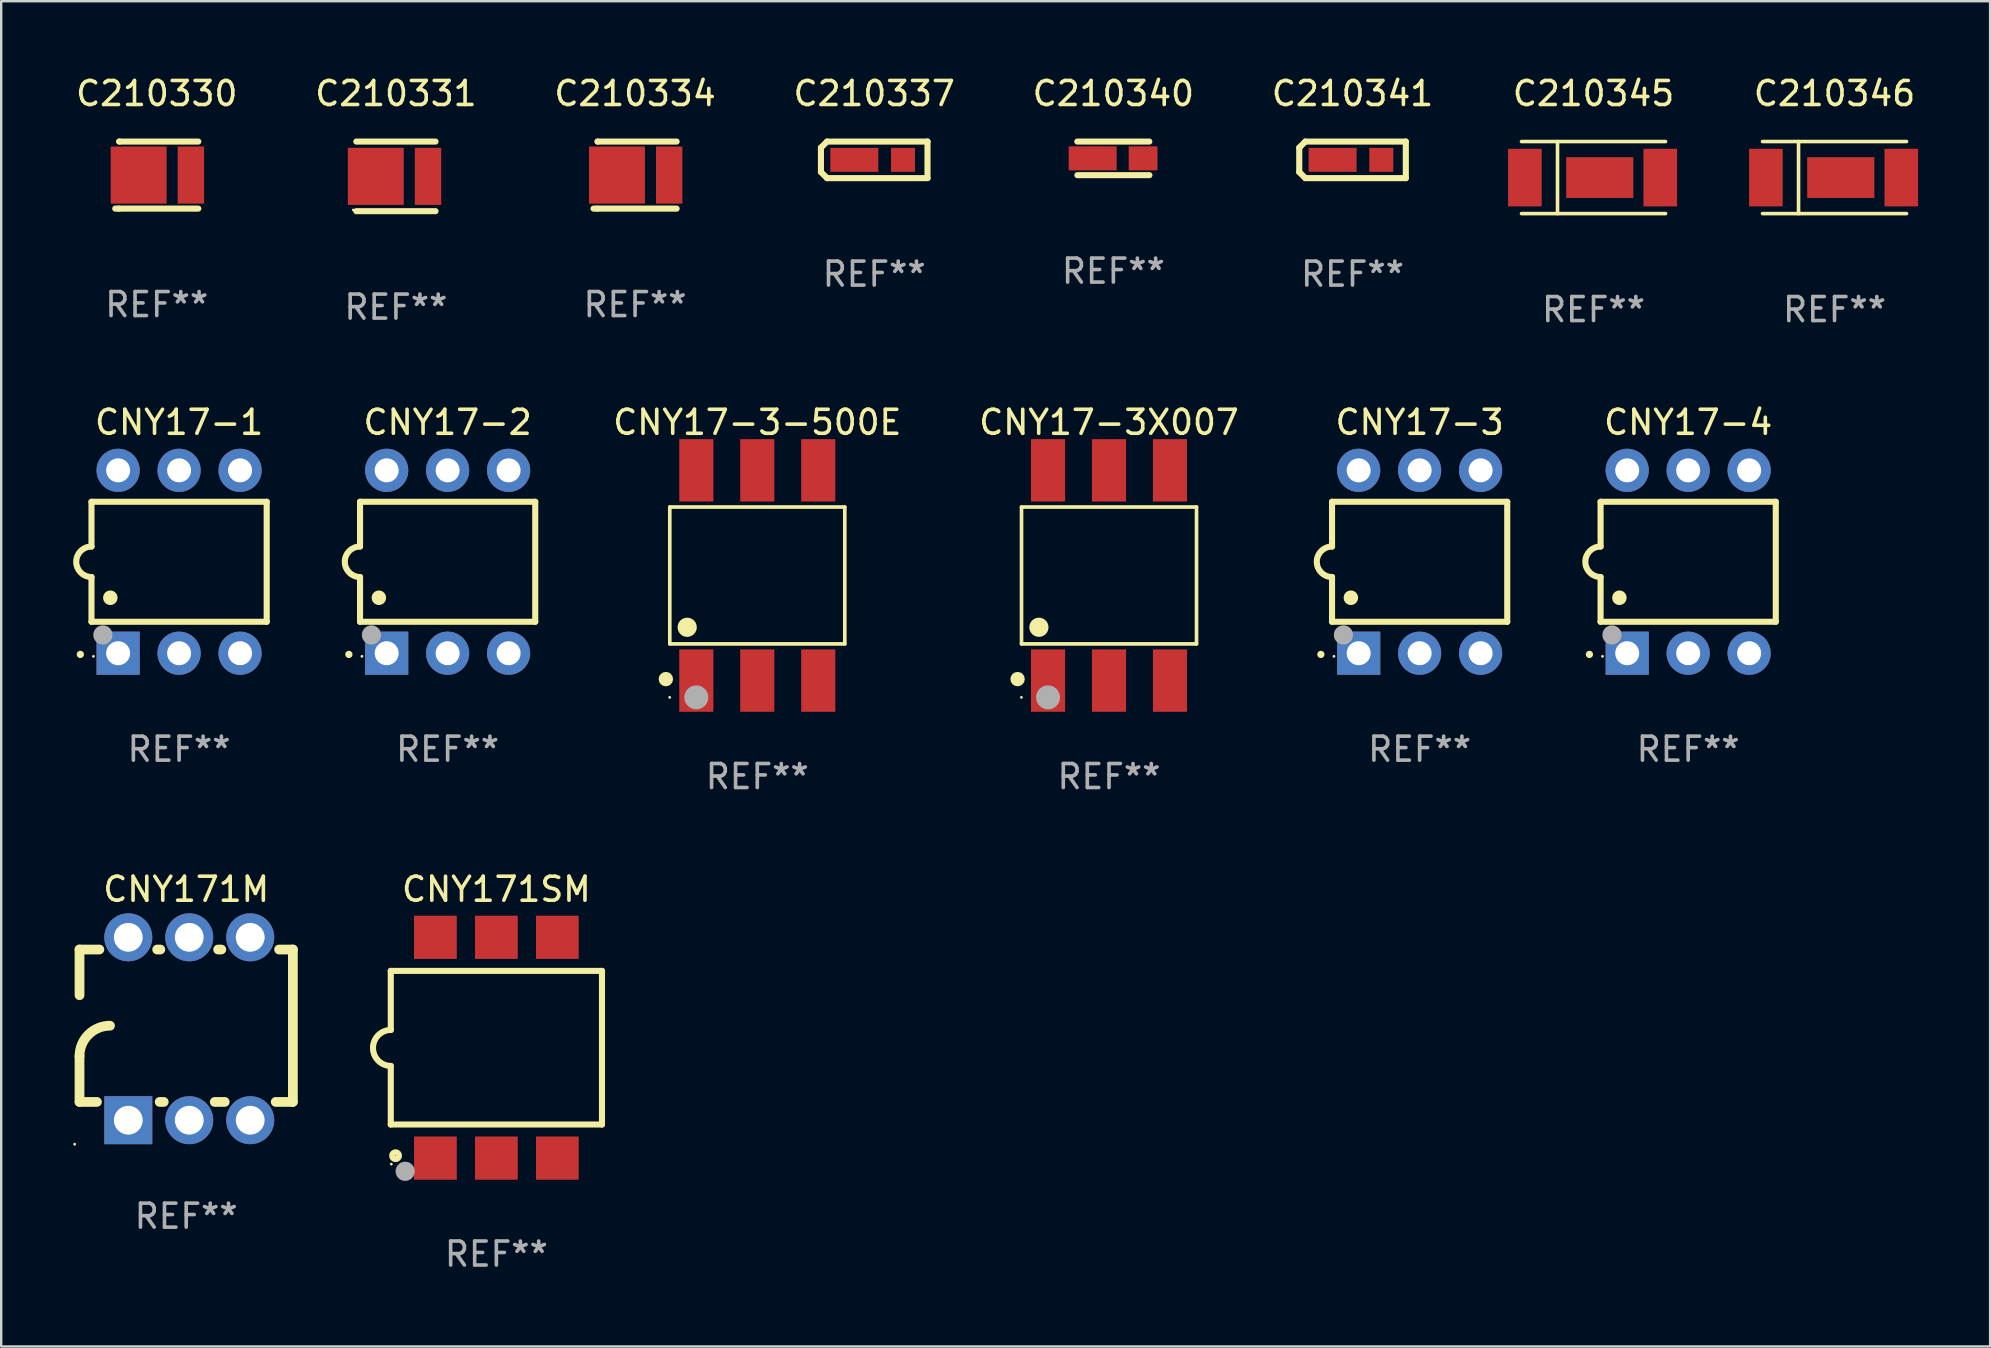
<source format=kicad_pcb>
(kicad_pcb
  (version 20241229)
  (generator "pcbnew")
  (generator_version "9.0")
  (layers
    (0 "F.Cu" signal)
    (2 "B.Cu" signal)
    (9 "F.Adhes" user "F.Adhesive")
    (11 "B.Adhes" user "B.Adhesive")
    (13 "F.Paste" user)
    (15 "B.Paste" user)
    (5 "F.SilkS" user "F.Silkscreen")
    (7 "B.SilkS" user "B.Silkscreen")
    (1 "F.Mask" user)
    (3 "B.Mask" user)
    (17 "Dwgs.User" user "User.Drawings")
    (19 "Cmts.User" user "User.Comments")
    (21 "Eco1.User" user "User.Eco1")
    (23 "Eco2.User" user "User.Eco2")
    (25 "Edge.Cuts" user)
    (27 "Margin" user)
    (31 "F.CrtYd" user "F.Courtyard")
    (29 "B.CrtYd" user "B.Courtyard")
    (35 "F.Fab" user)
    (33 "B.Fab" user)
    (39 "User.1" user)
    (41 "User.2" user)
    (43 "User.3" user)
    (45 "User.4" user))
  (footprint "C210334"
    (layer "F.Cu")
    (at 23.411 4.245)
    (property "Reference" "C210334" (at 0 -3.397 0) (layer "F.SilkS") (effects (font (size 1 1) (thickness 0.15))))
    (attr through_hole)
    (fp_line (start -1.571 -1.397) (end -1.551 -1.397) (stroke (width 0.254) (type solid)) (layer "F.SilkS"))
    (fp_line (start -1.571 1.397) (end -1.731 1.397) (stroke (width 0.254) (type solid)) (layer "F.SilkS"))
    (fp_line (start -1.551 -1.397) (end 1.731 -1.397) (stroke (width 0.254) (type solid)) (layer "F.SilkS"))
    (fp_line (start 1.731 1.397) (end -1.571 1.397) (stroke (width 0.254) (type solid)) (layer "F.SilkS"))
    (fp_circle (center -1.668 1.4) (end -1.638 1.4) (stroke (width 0.06) (type solid)) (fill no) (layer "F.SilkS"))
    (fp_text user "REF**" (at 0 5.397 0) (layer "F.Fab") (effects (font (size 1 1) (thickness 0.15))))
    (pad "1" smd rect (at -0.754 0 180) (size 2.33 2.38) (layers "F.Cu" "F.Mask" "F.Paste"))
    (pad "2" smd rect (at 1.421 0 180) (size 1.1 2.38) (layers "F.Cu" "F.Mask" "F.Paste")))
  (footprint "C210340"
    (layer "F.Cu")
    (at 43.339 3.548)
    (property "Reference" "C210340" (at 0 -2.7 0) (layer "F.SilkS") (effects (font (size 1 1) (thickness 0.15))))
    (attr through_hole)
    (fp_line (start -1.502 -0.7) (end 1.498 -0.7) (stroke (width 0.254) (type solid)) (layer "F.SilkS"))
    (fp_line (start 1.502 0.7) (end -1.498 0.7) (stroke (width 0.254) (type solid)) (layer "F.SilkS"))
    (fp_circle (center -1.512 0.7) (end -1.482 0.7) (stroke (width 0.06) (type solid)) (fill no) (layer "F.SilkS"))
    (fp_text user "REF**" (at 0 4.7 0) (layer "F.Fab") (effects (font (size 1 1) (thickness 0.15))))
    (pad "1" smd rect (at -0.862 0.000013) (size 2 1) (layers "F.Cu" "F.Mask" "F.Paste"))
    (pad "2" smd rect (at 1.239 0.000013) (size 1.2 1) (layers "F.Cu" "F.Mask" "F.Paste")))
  (footprint "CNY17-1"
    (layer "F.Cu")
    (at 4.412 20.357)
    (property "Reference" "CNY17-1" (at 0 -5.81 0) (layer "F.SilkS") (effects (font (size 1 1) (thickness 0.15))))
    (attr through_hole)
    (fp_line (start -3.65 -2.5) (end 3.65 -2.5) (stroke (width 0.254) (type solid)) (layer "F.SilkS"))
    (fp_line (start -3.65 -0.635) (end -3.65 -2.5) (stroke (width 0.254) (type solid)) (layer "F.SilkS"))
    (fp_line (start -3.65 0.635) (end -3.65 2.5) (stroke (width 0.254) (type solid)) (layer "F.SilkS"))
    (fp_line (start -3.65 2.5) (end 3.65 2.5) (stroke (width 0.254) (type solid)) (layer "F.SilkS"))
    (fp_line (start 3.65 -2.5) (end 3.65 2.5) (stroke (width 0.254) (type solid)) (layer "F.SilkS"))
    (fp_arc (start -4.114808 3.860808) (mid -4.114813 3.859538) (end -4.114808 3.858268) (stroke (width 0.3) (type solid)) (layer "F.SilkS"))
    (fp_arc (start -3.650013 0.635001) (mid -4.285014 0) (end -3.650013 -0.635001) (stroke (width 0.254001) (type solid)) (layer "F.SilkS"))
    (fp_arc (start -2.865405 1.501143) (mid -2.865416 1.498603) (end -2.865405 1.496063) (stroke (width 0.6) (type solid)) (layer "F.SilkS"))
    (fp_circle (center -3.57 3.94) (end -3.54 3.94) (stroke (width 0.06) (type solid)) (fill no) (layer "F.SilkS"))
    (fp_circle (center -3.175 3.048) (end -2.975 3.048) (stroke (width 0.4) (type solid)) (fill no) (layer "F.Fab"))
    (fp_text user "REF**" (at 0 7.81 0) (layer "F.Fab") (effects (font (size 1 1) (thickness 0.15))))
    (pad "1" thru_hole rect (at -2.54 3.81 90) (size 1.8 1.8) (drill 1) (layers "*.Cu" "*.Mask"))
    (pad "2" thru_hole circle (at 0 3.81) (size 1.8 1.8) (drill 1) (layers "*.Cu" "*.Mask"))
    (pad "3" thru_hole circle (at 2.54 3.81) (size 1.8 1.8) (drill 1) (layers "*.Cu" "*.Mask"))
    (pad "4" thru_hole circle (at 2.54 -3.81) (size 1.8 1.8) (drill 1) (layers "*.Cu" "*.Mask"))
    (pad "5" thru_hole circle (at 0 -3.81) (size 1.8 1.8) (drill 1) (layers "*.Cu" "*.Mask"))
    (pad "6" thru_hole circle (at -2.54 -3.81) (size 1.8 1.8) (drill 1) (layers "*.Cu" "*.Mask")))
  (footprint "CNY17-3X007"
    (layer "F.Cu")
    (at 43.158 20.927)
    (property "Reference" "CNY17-3X007" (at 0 -6.38 0) (layer "F.SilkS") (effects (font (size 1 1) (thickness 0.15))))
    (attr through_hole)
    (fp_line (start -3.646 -2.851) (end 3.646 -2.851) (stroke (width 0.152) (type solid)) (layer "F.SilkS"))
    (fp_line (start -3.646 2.851) (end -3.646 -2.851) (stroke (width 0.152) (type solid)) (layer "F.SilkS"))
    (fp_line (start 3.646 -2.851) (end 3.646 2.851) (stroke (width 0.152) (type solid)) (layer "F.SilkS"))
    (fp_line (start 3.646 2.851) (end -3.646 2.851) (stroke (width 0.152) (type solid)) (layer "F.SilkS"))
    (fp_circle (center -3.81 4.318) (end -3.66 4.318) (stroke (width 0.3) (type solid)) (fill no) (layer "F.SilkS"))
    (fp_circle (center -3.65 5.08) (end -3.62 5.08) (stroke (width 0.06) (type solid)) (fill no) (layer "F.SilkS"))
    (fp_circle (center -2.921 2.159) (end -2.721 2.159) (stroke (width 0.4) (type solid)) (fill no) (layer "F.SilkS"))
    (fp_circle (center -2.54 5.08) (end -2.29 5.08) (stroke (width 0.5) (type solid)) (fill no) (layer "F.Fab"))
    (fp_text user "REF**" (at 0 8.38 0) (layer "F.Fab") (effects (font (size 1 1) (thickness 0.15))))
    (pad "1" smd rect (at -2.54 4.38) (size 1.422 2.6) (layers "F.Cu" "F.Mask" "F.Paste"))
    (pad "2" smd rect (at 0 4.38) (size 1.422 2.6) (layers "F.Cu" "F.Mask" "F.Paste"))
    (pad "3" smd rect (at 2.54 4.38) (size 1.422 2.6) (layers "F.Cu" "F.Mask" "F.Paste"))
    (pad "4" smd rect (at 2.54 -4.38) (size 1.422 2.6) (layers "F.Cu" "F.Mask" "F.Paste"))
    (pad "5" smd rect (at 0 -4.38) (size 1.422 2.6) (layers "F.Cu" "F.Mask" "F.Paste"))
    (pad "6" smd rect (at -2.54 -4.38) (size 1.422 2.6) (layers "F.Cu" "F.Mask" "F.Paste")))
  (footprint "C210330"
    (layer "F.Cu")
    (at 3.482 4.245)
    (property "Reference" "C210330" (at 0 -3.397 0) (layer "F.SilkS") (effects (font (size 1 1) (thickness 0.15))))
    (attr through_hole)
    (fp_line (start -1.571 -1.397) (end -1.551 -1.397) (stroke (width 0.254) (type solid)) (layer "F.SilkS"))
    (fp_line (start -1.571 1.397) (end -1.731 1.397) (stroke (width 0.254) (type solid)) (layer "F.SilkS"))
    (fp_line (start -1.551 -1.397) (end 1.731 -1.397) (stroke (width 0.254) (type solid)) (layer "F.SilkS"))
    (fp_line (start 1.731 1.397) (end -1.571 1.397) (stroke (width 0.254) (type solid)) (layer "F.SilkS"))
    (fp_circle (center -1.668 1.4) (end -1.638 1.4) (stroke (width 0.06) (type solid)) (fill no) (layer "F.SilkS"))
    (fp_text user "REF**" (at 0 5.397 0) (layer "F.Fab") (effects (font (size 1 1) (thickness 0.15))))
    (pad "1" smd rect (at -0.754 0 180) (size 2.33 2.38) (layers "F.Cu" "F.Mask" "F.Paste"))
    (pad "2" smd rect (at 1.421 0 180) (size 1.1 2.38) (layers "F.Cu" "F.Mask" "F.Paste")))
  (footprint "C210337"
    (layer "F.Cu")
    (at 33.375 3.61)
    (property "Reference" "C210337" (at 0 -2.762 0) (layer "F.SilkS") (effects (font (size 1 1) (thickness 0.15))))
    (attr through_hole)
    (fp_line (start -2.22 -0.508) (end -1.966 -0.762) (stroke (width 0.254) (type solid)) (layer "F.SilkS"))
    (fp_line (start -2.22 -0.508) (end -2.22 0.508) (stroke (width 0.254) (type solid)) (layer "F.SilkS"))
    (fp_line (start -2.22 0.508) (end -1.966 0.762) (stroke (width 0.254) (type solid)) (layer "F.SilkS"))
    (fp_line (start -1.966 0.762) (end 2.22 0.762) (stroke (width 0.254) (type solid)) (layer "F.SilkS"))
    (fp_line (start 2.22 -0.762) (end -1.966 -0.762) (stroke (width 0.254) (type solid)) (layer "F.SilkS"))
    (fp_line (start 2.22 0.762) (end 2.22 -0.762) (stroke (width 0.254) (type solid)) (layer "F.SilkS"))
    (fp_circle (center -1.51 0.7) (end -1.48 0.7) (stroke (width 0.06) (type solid)) (fill no) (layer "F.SilkS"))
    (fp_text user "REF**" (at 0 4.762 0) (layer "F.Fab") (effects (font (size 1 1) (thickness 0.15))))
    (pad "1" smd rect (at -0.83 0 180) (size 2 1) (layers "F.Cu" "F.Mask" "F.Paste"))
    (pad "2" smd rect (at 1.2 0 180) (size 1 1) (layers "F.Cu" "F.Mask" "F.Paste")))
  (footprint "C210331"
    (layer "F.Cu")
    (at 13.446 4.298)
    (property "Reference" "C210331" (at 0 -3.45 0) (layer "F.SilkS") (effects (font (size 1 1) (thickness 0.15))))
    (attr through_hole)
    (fp_line (start -1.65 1.45) (end 1.65 1.45) (stroke (width 0.254) (type solid)) (layer "F.SilkS"))
    (fp_line (start 1.65 -1.45) (end -1.65 -1.45) (stroke (width 0.254) (type solid)) (layer "F.SilkS"))
    (fp_circle (center -1.775 1.4) (end -1.745 1.4) (stroke (width 0.06) (type solid)) (fill no) (layer "F.SilkS"))
    (fp_text user "REF**" (at 0 5.45 0) (layer "F.Fab") (effects (font (size 1 1) (thickness 0.15))))
    (pad "1" smd rect (at -0.838 -0.000013 180) (size 2.33 2.38) (layers "F.Cu" "F.Mask" "F.Paste"))
    (pad "2" smd rect (at 1.338 -0.000013 180) (size 1.1 2.38) (layers "F.Cu" "F.Mask" "F.Paste")))
  (footprint "CNY17-3"
    (layer "F.Cu")
    (at 56.1 20.357)
    (property "Reference" "CNY17-3" (at 0 -5.81 0) (layer "F.SilkS") (effects (font (size 1 1) (thickness 0.15))))
    (attr through_hole)
    (fp_line (start -3.65 -2.5) (end 3.65 -2.5) (stroke (width 0.254) (type solid)) (layer "F.SilkS"))
    (fp_line (start -3.65 -0.635) (end -3.65 -2.5) (stroke (width 0.254) (type solid)) (layer "F.SilkS"))
    (fp_line (start -3.65 0.635) (end -3.65 2.5) (stroke (width 0.254) (type solid)) (layer "F.SilkS"))
    (fp_line (start -3.65 2.5) (end 3.65 2.5) (stroke (width 0.254) (type solid)) (layer "F.SilkS"))
    (fp_line (start 3.65 -2.5) (end 3.65 2.5) (stroke (width 0.254) (type solid)) (layer "F.SilkS"))
    (fp_arc (start -4.114808 3.860808) (mid -4.114813 3.859538) (end -4.114808 3.858268) (stroke (width 0.3) (type solid)) (layer "F.SilkS"))
    (fp_arc (start -3.650013 0.635001) (mid -4.285014 0) (end -3.650013 -0.635001) (stroke (width 0.254001) (type solid)) (layer "F.SilkS"))
    (fp_arc (start -2.865405 1.501143) (mid -2.865416 1.498603) (end -2.865405 1.496063) (stroke (width 0.6) (type solid)) (layer "F.SilkS"))
    (fp_circle (center -3.57 3.94) (end -3.54 3.94) (stroke (width 0.06) (type solid)) (fill no) (layer "F.SilkS"))
    (fp_circle (center -3.175 3.048) (end -2.975 3.048) (stroke (width 0.4) (type solid)) (fill no) (layer "F.Fab"))
    (fp_text user "REF**" (at 0 7.81 0) (layer "F.Fab") (effects (font (size 1 1) (thickness 0.15))))
    (pad "1" thru_hole rect (at -2.54 3.81 90) (size 1.8 1.8) (drill 1) (layers "*.Cu" "*.Mask"))
    (pad "2" thru_hole circle (at 0 3.81) (size 1.8 1.8) (drill 1) (layers "*.Cu" "*.Mask"))
    (pad "3" thru_hole circle (at 2.54 3.81) (size 1.8 1.8) (drill 1) (layers "*.Cu" "*.Mask"))
    (pad "4" thru_hole circle (at 2.54 -3.81) (size 1.8 1.8) (drill 1) (layers "*.Cu" "*.Mask"))
    (pad "5" thru_hole circle (at 0 -3.81) (size 1.8 1.8) (drill 1) (layers "*.Cu" "*.Mask"))
    (pad "6" thru_hole circle (at -2.54 -3.81) (size 1.8 1.8) (drill 1) (layers "*.Cu" "*.Mask")))
  (footprint "C210341"
    (layer "F.Cu")
    (at 53.304 3.61)
    (property "Reference" "C210341" (at 0 -2.762 0) (layer "F.SilkS") (effects (font (size 1 1) (thickness 0.15))))
    (attr through_hole)
    (fp_line (start -2.22 -0.508) (end -1.966 -0.762) (stroke (width 0.254) (type solid)) (layer "F.SilkS"))
    (fp_line (start -2.22 -0.508) (end -2.22 0.508) (stroke (width 0.254) (type solid)) (layer "F.SilkS"))
    (fp_line (start -2.22 0.508) (end -1.966 0.762) (stroke (width 0.254) (type solid)) (layer "F.SilkS"))
    (fp_line (start -1.966 0.762) (end 2.22 0.762) (stroke (width 0.254) (type solid)) (layer "F.SilkS"))
    (fp_line (start 2.22 -0.762) (end -1.966 -0.762) (stroke (width 0.254) (type solid)) (layer "F.SilkS"))
    (fp_line (start 2.22 0.762) (end 2.22 -0.762) (stroke (width 0.254) (type solid)) (layer "F.SilkS"))
    (fp_circle (center -1.51 0.7) (end -1.48 0.7) (stroke (width 0.06) (type solid)) (fill no) (layer "F.SilkS"))
    (fp_text user "REF**" (at 0 4.762 0) (layer "F.Fab") (effects (font (size 1 1) (thickness 0.15))))
    (pad "1" smd rect (at -0.83 0 180) (size 2 1) (layers "F.Cu" "F.Mask" "F.Paste"))
    (pad "2" smd rect (at 1.2 0 180) (size 1 1) (layers "F.Cu" "F.Mask" "F.Paste")))
  (footprint "CNY171M"
    (layer "F.Cu")
    (at 4.708 39.814)
    (property "Reference" "CNY171M" (at 0 -5.81 0) (layer "F.SilkS") (effects (font (size 1 1) (thickness 0.15))))
    (attr through_hole)
    (fp_line (start -4.445 -1.397) (end -4.445 -3.302) (stroke (width 0.406) (type solid)) (layer "F.SilkS"))
    (fp_line (start -4.445 3.048) (end -4.445 1.143) (stroke (width 0.406) (type solid)) (layer "F.SilkS"))
    (fp_line (start -4.445 3.048) (end -3.72 3.048) (stroke (width 0.406) (type solid)) (layer "F.SilkS"))
    (fp_line (start -3.617 -3.302) (end -4.445 -3.302) (stroke (width 0.406) (type solid)) (layer "F.SilkS"))
    (fp_line (start -1.106 3.048) (end -0.935 3.048) (stroke (width 0.406) (type solid)) (layer "F.SilkS"))
    (fp_line (start -1.077 -3.302) (end -1.209 -3.302) (stroke (width 0.406) (type solid)) (layer "F.SilkS"))
    (fp_line (start 1.189 3.048) (end 1.605 3.048) (stroke (width 0.406) (type solid)) (layer "F.SilkS"))
    (fp_line (start 1.463 -3.302) (end 1.331 -3.302) (stroke (width 0.406) (type solid)) (layer "F.SilkS"))
    (fp_line (start 3.729 3.048) (end 4.445 3.048) (stroke (width 0.406) (type solid)) (layer "F.SilkS"))
    (fp_line (start 4.445 -3.302) (end 3.871 -3.302) (stroke (width 0.406) (type solid)) (layer "F.SilkS"))
    (fp_line (start 4.445 -3.302) (end 4.445 3.048) (stroke (width 0.406) (type solid)) (layer "F.SilkS"))
    (fp_arc (start -4.444983 1.143002) (mid -4.073008 0.244974) (end -3.17498 -0.127) (stroke (width 0.4064) (type solid)) (layer "F.SilkS"))
    (fp_circle (center -4.648 4.81) (end -4.618 4.81) (stroke (width 0.06) (type solid)) (fill no) (layer "F.SilkS"))
    (fp_text user "REF**" (at 0 7.81 0) (layer "F.Fab") (effects (font (size 1 1) (thickness 0.15))))
    (pad "1" thru_hole rect (at -2.413 3.81 90) (size 2 2) (drill 1.2) (layers "*.Cu" "*.Mask"))
    (pad "2" thru_hole circle (at 0.127 3.81) (size 2 2) (drill 1.2) (layers "*.Cu" "*.Mask"))
    (pad "3" thru_hole circle (at 2.667 3.81) (size 2 2) (drill 1.2) (layers "*.Cu" "*.Mask"))
    (pad "4" thru_hole circle (at 2.667 -3.81) (size 2 2) (drill 1.2) (layers "*.Cu" "*.Mask"))
    (pad "5" thru_hole circle (at 0.127 -3.81) (size 2 2) (drill 1.2) (layers "*.Cu" "*.Mask"))
    (pad "6" thru_hole circle (at -2.413 -3.81) (size 2 2) (drill 1.2) (layers "*.Cu" "*.Mask")))
  (footprint "CNY17-3-500E"
    (layer "F.Cu")
    (at 28.503 20.927)
    (property "Reference" "CNY17-3-500E" (at 0 -6.38 0) (layer "F.SilkS") (effects (font (size 1 1) (thickness 0.15))))
    (attr through_hole)
    (fp_line (start -3.646 -2.851) (end 3.646 -2.851) (stroke (width 0.152) (type solid)) (layer "F.SilkS"))
    (fp_line (start -3.646 2.851) (end -3.646 -2.851) (stroke (width 0.152) (type solid)) (layer "F.SilkS"))
    (fp_line (start 3.646 -2.851) (end 3.646 2.851) (stroke (width 0.152) (type solid)) (layer "F.SilkS"))
    (fp_line (start 3.646 2.851) (end -3.646 2.851) (stroke (width 0.152) (type solid)) (layer "F.SilkS"))
    (fp_circle (center -3.81 4.318) (end -3.66 4.318) (stroke (width 0.3) (type solid)) (fill no) (layer "F.SilkS"))
    (fp_circle (center -3.65 5.08) (end -3.62 5.08) (stroke (width 0.06) (type solid)) (fill no) (layer "F.SilkS"))
    (fp_circle (center -2.921 2.159) (end -2.721 2.159) (stroke (width 0.4) (type solid)) (fill no) (layer "F.SilkS"))
    (fp_circle (center -2.54 5.08) (end -2.29 5.08) (stroke (width 0.5) (type solid)) (fill no) (layer "F.Fab"))
    (fp_text user "REF**" (at 0 8.38 0) (layer "F.Fab") (effects (font (size 1 1) (thickness 0.15))))
    (pad "1" smd rect (at -2.54 4.38) (size 1.422 2.6) (layers "F.Cu" "F.Mask" "F.Paste"))
    (pad "2" smd rect (at 0 4.38) (size 1.422 2.6) (layers "F.Cu" "F.Mask" "F.Paste"))
    (pad "3" smd rect (at 2.54 4.38) (size 1.422 2.6) (layers "F.Cu" "F.Mask" "F.Paste"))
    (pad "4" smd rect (at 2.54 -4.38) (size 1.422 2.6) (layers "F.Cu" "F.Mask" "F.Paste"))
    (pad "5" smd rect (at 0 -4.38) (size 1.422 2.6) (layers "F.Cu" "F.Mask" "F.Paste"))
    (pad "6" smd rect (at -2.54 -4.38) (size 1.422 2.6) (layers "F.Cu" "F.Mask" "F.Paste")))
  (footprint "C210345"
    (layer "F.Cu")
    (at 63.345 4.349)
    (property "Reference" "C210345" (at 0 -3.501 0) (layer "F.SilkS") (effects (font (size 1 1) (thickness 0.15))))
    (attr through_hole)
    (fp_line (start -1.5 -1.501) (end -1.5 1.501) (stroke (width 0.15) (type solid)) (layer "F.SilkS"))
    (fp_line (start 3.001 -1.501) (end -3.001 -1.501) (stroke (width 0.15) (type solid)) (layer "F.SilkS"))
    (fp_line (start 3.001 1.501) (end -3.001 1.501) (stroke (width 0.15) (type solid)) (layer "F.SilkS"))
    (fp_circle (center -2.89 1.5) (end -2.86 1.5) (stroke (width 0.06) (type solid)) (fill no) (layer "F.SilkS"))
    (fp_text user "REF**" (at 0 5.501 0) (layer "F.Fab") (effects (font (size 1 1) (thickness 0.15))))
    (pad "1" smd rect (at -2.86 0 90) (size 2.4 1.4) (layers "F.Cu" "F.Mask" "F.Paste"))
    (pad "2" smd rect (at 2.781 0 270) (size 2.4 1.4) (layers "F.Cu" "F.Mask" "F.Paste"))
    (pad "3" smd rect (at 0.26 0 180) (size 2.8 1.7) (layers "F.Cu" "F.Mask" "F.Paste")))
  (footprint "CNY17-4"
    (layer "F.Cu")
    (at 67.289 20.357)
    (property "Reference" "CNY17-4" (at 0 -5.81 0) (layer "F.SilkS") (effects (font (size 1 1) (thickness 0.15))))
    (attr through_hole)
    (fp_line (start -3.65 -2.5) (end 3.65 -2.5) (stroke (width 0.254) (type solid)) (layer "F.SilkS"))
    (fp_line (start -3.65 -0.635) (end -3.65 -2.5) (stroke (width 0.254) (type solid)) (layer "F.SilkS"))
    (fp_line (start -3.65 0.635) (end -3.65 2.5) (stroke (width 0.254) (type solid)) (layer "F.SilkS"))
    (fp_line (start -3.65 2.5) (end 3.65 2.5) (stroke (width 0.254) (type solid)) (layer "F.SilkS"))
    (fp_line (start 3.65 -2.5) (end 3.65 2.5) (stroke (width 0.254) (type solid)) (layer "F.SilkS"))
    (fp_arc (start -4.114808 3.860808) (mid -4.114813 3.859538) (end -4.114808 3.858268) (stroke (width 0.3) (type solid)) (layer "F.SilkS"))
    (fp_arc (start -3.650013 0.635001) (mid -4.285014 0) (end -3.650013 -0.635001) (stroke (width 0.254001) (type solid)) (layer "F.SilkS"))
    (fp_arc (start -2.865405 1.501143) (mid -2.865416 1.498603) (end -2.865405 1.496063) (stroke (width 0.6) (type solid)) (layer "F.SilkS"))
    (fp_circle (center -3.57 3.94) (end -3.54 3.94) (stroke (width 0.06) (type solid)) (fill no) (layer "F.SilkS"))
    (fp_circle (center -3.175 3.048) (end -2.975 3.048) (stroke (width 0.4) (type solid)) (fill no) (layer "F.Fab"))
    (fp_text user "REF**" (at 0 7.81 0) (layer "F.Fab") (effects (font (size 1 1) (thickness 0.15))))
    (pad "1" thru_hole rect (at -2.54 3.81 90) (size 1.8 1.8) (drill 1) (layers "*.Cu" "*.Mask"))
    (pad "2" thru_hole circle (at 0 3.81) (size 1.8 1.8) (drill 1) (layers "*.Cu" "*.Mask"))
    (pad "3" thru_hole circle (at 2.54 3.81) (size 1.8 1.8) (drill 1) (layers "*.Cu" "*.Mask"))
    (pad "4" thru_hole circle (at 2.54 -3.81) (size 1.8 1.8) (drill 1) (layers "*.Cu" "*.Mask"))
    (pad "5" thru_hole circle (at 0 -3.81) (size 1.8 1.8) (drill 1) (layers "*.Cu" "*.Mask"))
    (pad "6" thru_hole circle (at -2.54 -3.81) (size 1.8 1.8) (drill 1) (layers "*.Cu" "*.Mask")))
  (footprint "CNY17-2"
    (layer "F.Cu")
    (at 15.601 20.357)
    (property "Reference" "CNY17-2" (at 0 -5.81 0) (layer "F.SilkS") (effects (font (size 1 1) (thickness 0.15))))
    (attr through_hole)
    (fp_line (start -3.65 -2.5) (end 3.65 -2.5) (stroke (width 0.254) (type solid)) (layer "F.SilkS"))
    (fp_line (start -3.65 -0.635) (end -3.65 -2.5) (stroke (width 0.254) (type solid)) (layer "F.SilkS"))
    (fp_line (start -3.65 0.635) (end -3.65 2.5) (stroke (width 0.254) (type solid)) (layer "F.SilkS"))
    (fp_line (start -3.65 2.5) (end 3.65 2.5) (stroke (width 0.254) (type solid)) (layer "F.SilkS"))
    (fp_line (start 3.65 -2.5) (end 3.65 2.5) (stroke (width 0.254) (type solid)) (layer "F.SilkS"))
    (fp_arc (start -4.114808 3.860808) (mid -4.114813 3.859538) (end -4.114808 3.858268) (stroke (width 0.3) (type solid)) (layer "F.SilkS"))
    (fp_arc (start -3.650013 0.635001) (mid -4.285014 0) (end -3.650013 -0.635001) (stroke (width 0.254001) (type solid)) (layer "F.SilkS"))
    (fp_arc (start -2.865405 1.501143) (mid -2.865416 1.498603) (end -2.865405 1.496063) (stroke (width 0.6) (type solid)) (layer "F.SilkS"))
    (fp_circle (center -3.57 3.94) (end -3.54 3.94) (stroke (width 0.06) (type solid)) (fill no) (layer "F.SilkS"))
    (fp_circle (center -3.175 3.048) (end -2.975 3.048) (stroke (width 0.4) (type solid)) (fill no) (layer "F.Fab"))
    (fp_text user "REF**" (at 0 7.81 0) (layer "F.Fab") (effects (font (size 1 1) (thickness 0.15))))
    (pad "1" thru_hole rect (at -2.54 3.81 90) (size 1.8 1.8) (drill 1) (layers "*.Cu" "*.Mask"))
    (pad "2" thru_hole circle (at 0 3.81) (size 1.8 1.8) (drill 1) (layers "*.Cu" "*.Mask"))
    (pad "3" thru_hole circle (at 2.54 3.81) (size 1.8 1.8) (drill 1) (layers "*.Cu" "*.Mask"))
    (pad "4" thru_hole circle (at 2.54 -3.81) (size 1.8 1.8) (drill 1) (layers "*.Cu" "*.Mask"))
    (pad "5" thru_hole circle (at 0 -3.81) (size 1.8 1.8) (drill 1) (layers "*.Cu" "*.Mask"))
    (pad "6" thru_hole circle (at -2.54 -3.81) (size 1.8 1.8) (drill 1) (layers "*.Cu" "*.Mask")))
  (footprint "CNY171SM"
    (layer "F.Cu")
    (at 17.632 40.603)
    (property "Reference" "CNY171SM" (at 0 -6.6 0) (layer "F.SilkS") (effects (font (size 1 1) (thickness 0.15))))
    (attr through_hole)
    (fp_line (start -4.4 -3.2) (end 4.4 -3.2) (stroke (width 0.254) (type solid)) (layer "F.SilkS"))
    (fp_line (start -4.4 -0.74) (end -4.4 -3.2) (stroke (width 0.254) (type solid)) (layer "F.SilkS"))
    (fp_line (start -4.4 3.2) (end -4.4 0.76) (stroke (width 0.254) (type solid)) (layer "F.SilkS"))
    (fp_line (start 4.4 -3.2) (end 4.4 3.2) (stroke (width 0.254) (type solid)) (layer "F.SilkS"))
    (fp_line (start 4.4 3.2) (end -4.4 3.2) (stroke (width 0.254) (type solid)) (layer "F.SilkS"))
    (fp_arc (start -4.4 0.76002) (mid -5.148869 0.010084) (end -4.399289 -0.73914) (stroke (width 0.254001) (type solid)) (layer "F.SilkS"))
    (fp_circle (center -4.377 4.85) (end -4.347 4.85) (stroke (width 0.06) (type solid)) (fill no) (layer "F.SilkS"))
    (fp_circle (center -4.2 4.5) (end -4.058 4.5) (stroke (width 0.254) (type solid)) (fill no) (layer "F.SilkS"))
    (fp_circle (center -3.8 5.15) (end -3.6 5.15) (stroke (width 0.4) (type solid)) (fill no) (layer "F.Fab"))
    (fp_text user "REF**" (at 0 8.6 0) (layer "F.Fab") (effects (font (size 1 1) (thickness 0.15))))
    (pad "1" smd rect (at -2.54 4.6) (size 1.78 1.8) (layers "F.Cu" "F.Mask" "F.Paste"))
    (pad "2" smd rect (at 0 4.6) (size 1.78 1.8) (layers "F.Cu" "F.Mask" "F.Paste"))
    (pad "3" smd rect (at 2.54 4.6) (size 1.78 1.8) (layers "F.Cu" "F.Mask" "F.Paste"))
    (pad "4" smd rect (at 2.54 -4.6) (size 1.78 1.8) (layers "F.Cu" "F.Mask" "F.Paste"))
    (pad "5" smd rect (at 0 -4.6) (size 1.78 1.8) (layers "F.Cu" "F.Mask" "F.Paste"))
    (pad "6" smd rect (at -2.54 -4.6) (size 1.78 1.8) (layers "F.Cu" "F.Mask" "F.Paste")))
  (footprint "C210346"
    (layer "F.Cu")
    (at 73.387 4.349)
    (property "Reference" "C210346" (at 0 -3.501 0) (layer "F.SilkS") (effects (font (size 1 1) (thickness 0.15))))
    (attr through_hole)
    (fp_line (start -1.5 -1.501) (end -1.5 1.501) (stroke (width 0.15) (type solid)) (layer "F.SilkS"))
    (fp_line (start 3.001 -1.501) (end -3.001 -1.501) (stroke (width 0.15) (type solid)) (layer "F.SilkS"))
    (fp_line (start 3.001 1.501) (end -3.001 1.501) (stroke (width 0.15) (type solid)) (layer "F.SilkS"))
    (fp_circle (center -2.89 1.5) (end -2.86 1.5) (stroke (width 0.06) (type solid)) (fill no) (layer "F.SilkS"))
    (fp_text user "REF**" (at 0 5.501 0) (layer "F.Fab") (effects (font (size 1 1) (thickness 0.15))))
    (pad "1" smd rect (at -2.86 0 90) (size 2.4 1.4) (layers "F.Cu" "F.Mask" "F.Paste"))
    (pad "2" smd rect (at 2.781 0 270) (size 2.4 1.4) (layers "F.Cu" "F.Mask" "F.Paste"))
    (pad "3" smd rect (at 0.26 0 180) (size 2.8 1.7) (layers "F.Cu" "F.Mask" "F.Paste")))
  (gr_rect
    (start -3 -3)
    (end 79.869 53.052)
    (stroke (width 0.1) (type default))
    (fill no)
    (layer "Edge.Cuts")))
</source>
